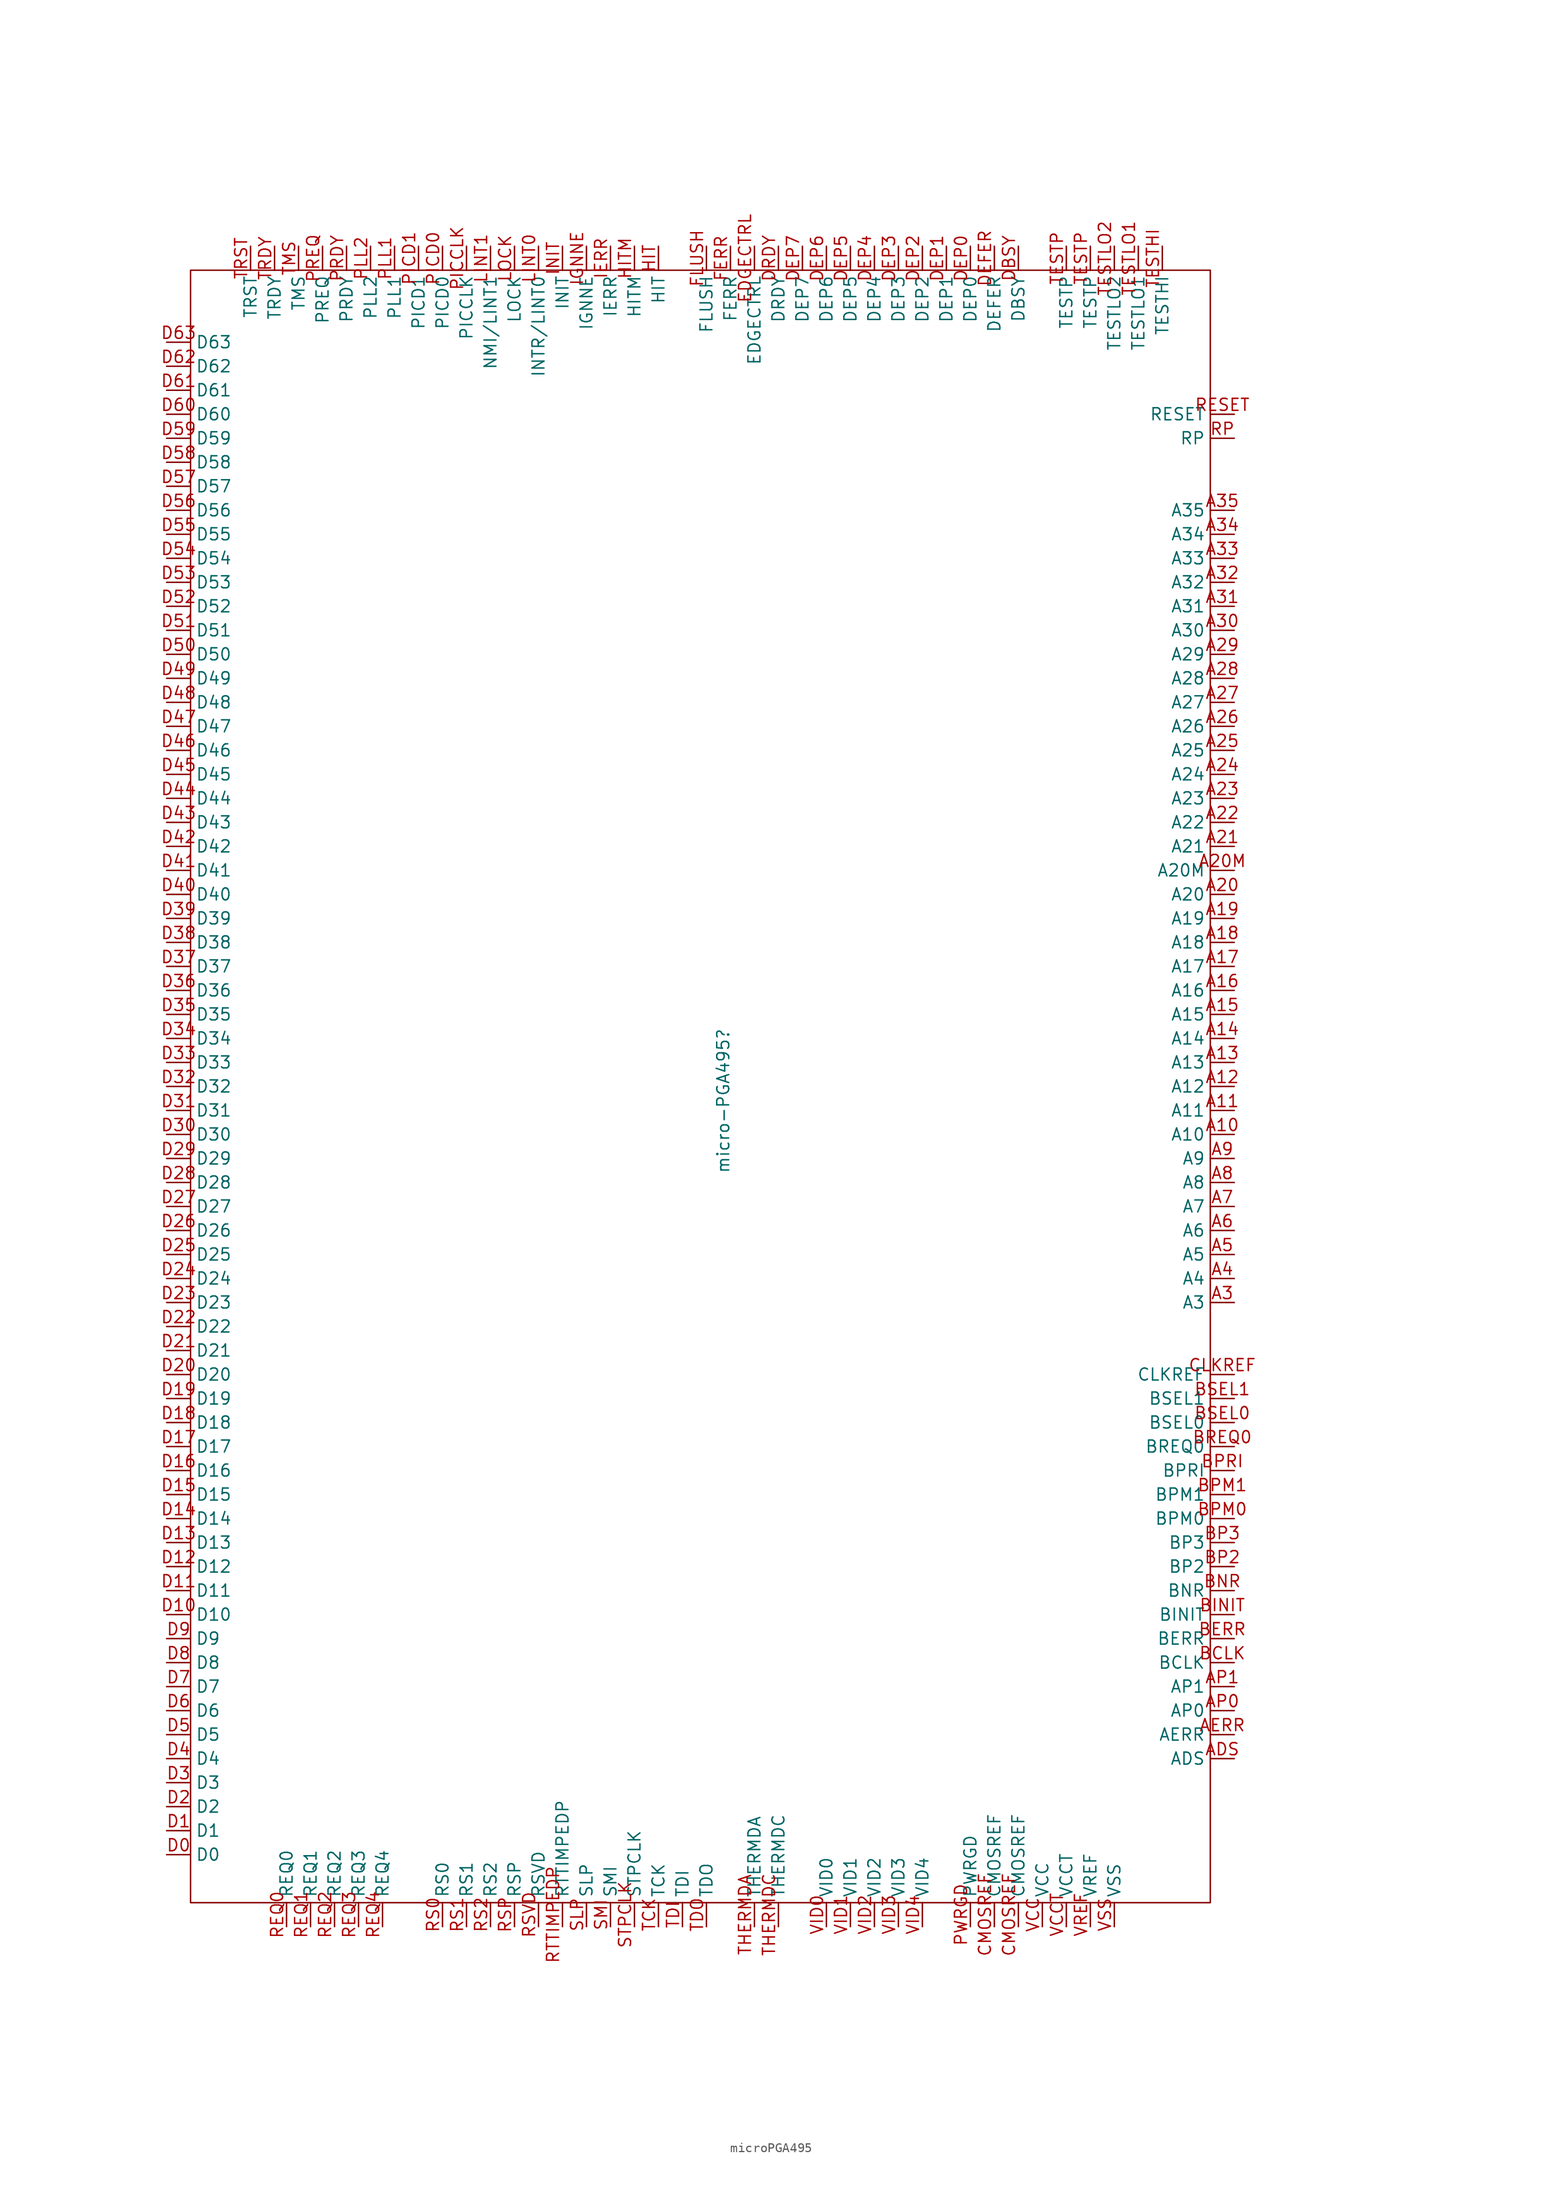
<source format=kicad_sym>
(kicad_symbol_lib
  (version 20231120)
  (generator "kicad_symbol_editor")
  (generator_version "8.0")
  (symbol "microPGA495"
    (property "Reference" "micro-PGA495"
      (at -24.892 13.716 90)
      (effects (font (size 1.27 1.27))))
    (property "Value" ""
      (at 44.704 10.16 0)
      (effects (font (size 1.27 1.27))))
    (symbol "microPGA495_0_1"
      (rectangle (start -81.28 101.6) (end 26.67 -71.12) (stroke (width 0) (type default)) (fill (type none))))
    (symbol "microPGA495_1_0"
      (pin input line (at 1.27 104.14 270) (length 2.54) (name "DEP0" (effects (font (size 1.27 1.27)))) (number "DEP0" (effects (font (size 1.27 1.27))))))
    (symbol "microPGA495_1_1"
      (pin input line (at 29.21 10.16 180) (length 2.54) (name "A10" (effects (font (size 1.27 1.27)))) (number "A10" (effects (font (size 1.27 1.27)))))
      (pin input line (at 29.21 12.7 180) (length 2.54) (name "A11" (effects (font (size 1.27 1.27)))) (number "A11" (effects (font (size 1.27 1.27)))))
      (pin input line (at 29.21 15.24 180) (length 2.54) (name "A12" (effects (font (size 1.27 1.27)))) (number "A12" (effects (font (size 1.27 1.27)))))
      (pin input line (at 29.21 17.78 180) (length 2.54) (name "A13" (effects (font (size 1.27 1.27)))) (number "A13" (effects (font (size 1.27 1.27)))))
      (pin input line (at 29.21 20.32 180) (length 2.54) (name "A14" (effects (font (size 1.27 1.27)))) (number "A14" (effects (font (size 1.27 1.27)))))
      (pin input line (at 29.21 22.86 180) (length 2.54) (name "A15" (effects (font (size 1.27 1.27)))) (number "A15" (effects (font (size 1.27 1.27)))))
      (pin input line (at 29.21 25.4 180) (length 2.54) (name "A16" (effects (font (size 1.27 1.27)))) (number "A16" (effects (font (size 1.27 1.27)))))
      (pin input line (at 29.21 27.94 180) (length 2.54) (name "A17" (effects (font (size 1.27 1.27)))) (number "A17" (effects (font (size 1.27 1.27)))))
      (pin input line (at 29.21 30.48 180) (length 2.54) (name "A18" (effects (font (size 1.27 1.27)))) (number "A18" (effects (font (size 1.27 1.27)))))
      (pin input line (at 29.21 33.02 180) (length 2.54) (name "A19" (effects (font (size 1.27 1.27)))) (number "A19" (effects (font (size 1.27 1.27)))))
      (pin input line (at 29.21 35.56 180) (length 2.54) (name "A20" (effects (font (size 1.27 1.27)))) (number "A20" (effects (font (size 1.27 1.27)))))
      (pin input line (at 29.21 38.1 180) (length 2.54) (name "A20M" (effects (font (size 1.27 1.27)))) (number "A20M" (effects (font (size 1.27 1.27)))))
      (pin input line (at 29.21 40.64 180) (length 2.54) (name "A21" (effects (font (size 1.27 1.27)))) (number "A21" (effects (font (size 1.27 1.27)))))
      (pin input line (at 29.21 43.18 180) (length 2.54) (name "A22" (effects (font (size 1.27 1.27)))) (number "A22" (effects (font (size 1.27 1.27)))))
      (pin input line (at 29.21 45.72 180) (length 2.54) (name "A23" (effects (font (size 1.27 1.27)))) (number "A23" (effects (font (size 1.27 1.27)))))
      (pin input line (at 29.21 48.26 180) (length 2.54) (name "A24" (effects (font (size 1.27 1.27)))) (number "A24" (effects (font (size 1.27 1.27)))))
      (pin input line (at 29.21 50.8 180) (length 2.54) (name "A25" (effects (font (size 1.27 1.27)))) (number "A25" (effects (font (size 1.27 1.27)))))
      (pin input line (at 29.21 53.34 180) (length 2.54) (name "A26" (effects (font (size 1.27 1.27)))) (number "A26" (effects (font (size 1.27 1.27)))))
      (pin input line (at 29.21 55.88 180) (length 2.54) (name "A27" (effects (font (size 1.27 1.27)))) (number "A27" (effects (font (size 1.27 1.27)))))
      (pin input line (at 29.21 58.42 180) (length 2.54) (name "A28" (effects (font (size 1.27 1.27)))) (number "A28" (effects (font (size 1.27 1.27)))))
      (pin input line (at 29.21 60.96 180) (length 2.54) (name "A29" (effects (font (size 1.27 1.27)))) (number "A29" (effects (font (size 1.27 1.27)))))
      (pin input line (at 29.21 -7.62 180) (length 2.54) (name "A3" (effects (font (size 1.27 1.27)))) (number "A3" (effects (font (size 1.27 1.27)))))
      (pin input line (at 29.21 63.5 180) (length 2.54) (name "A30" (effects (font (size 1.27 1.27)))) (number "A30" (effects (font (size 1.27 1.27)))))
      (pin input line (at 29.21 66.04 180) (length 2.54) (name "A31" (effects (font (size 1.27 1.27)))) (number "A31" (effects (font (size 1.27 1.27)))))
      (pin input line (at 29.21 68.58 180) (length 2.54) (name "A32" (effects (font (size 1.27 1.27)))) (number "A32" (effects (font (size 1.27 1.27)))))
      (pin input line (at 29.21 71.12 180) (length 2.54) (name "A33" (effects (font (size 1.27 1.27)))) (number "A33" (effects (font (size 1.27 1.27)))))
      (pin input line (at 29.21 73.66 180) (length 2.54) (name "A34" (effects (font (size 1.27 1.27)))) (number "A34" (effects (font (size 1.27 1.27)))))
      (pin input line (at 29.21 76.2 180) (length 2.54) (name "A35" (effects (font (size 1.27 1.27)))) (number "A35" (effects (font (size 1.27 1.27)))))
      (pin input line (at 29.21 -5.08 180) (length 2.54) (name "A4" (effects (font (size 1.27 1.27)))) (number "A4" (effects (font (size 1.27 1.27)))))
      (pin input line (at 29.21 -2.54 180) (length 2.54) (name "A5" (effects (font (size 1.27 1.27)))) (number "A5" (effects (font (size 1.27 1.27)))))
      (pin input line (at 29.21 0 180) (length 2.54) (name "A6" (effects (font (size 1.27 1.27)))) (number "A6" (effects (font (size 1.27 1.27)))))
      (pin input line (at 29.21 2.54 180) (length 2.54) (name "A7" (effects (font (size 1.27 1.27)))) (number "A7" (effects (font (size 1.27 1.27)))))
      (pin input line (at 29.21 5.08 180) (length 2.54) (name "A8" (effects (font (size 1.27 1.27)))) (number "A8" (effects (font (size 1.27 1.27)))))
      (pin input line (at 29.21 7.62 180) (length 2.54) (name "A9" (effects (font (size 1.27 1.27)))) (number "A9" (effects (font (size 1.27 1.27)))))
      (pin input line (at 29.21 -55.88 180) (length 2.54) (name "ADS" (effects (font (size 1.27 1.27)))) (number "ADS" (effects (font (size 1.27 1.27)))))
      (pin input line (at 29.21 -53.34 180) (length 2.54) (name "AERR" (effects (font (size 1.27 1.27)))) (number "AERR" (effects (font (size 1.27 1.27)))))
      (pin input line (at 29.21 -50.8 180) (length 2.54) (name "AP0" (effects (font (size 1.27 1.27)))) (number "AP0" (effects (font (size 1.27 1.27)))))
      (pin input line (at 29.21 -48.26 180) (length 2.54) (name "AP1" (effects (font (size 1.27 1.27)))) (number "AP1" (effects (font (size 1.27 1.27)))))
      (pin input line (at 29.21 -45.72 180) (length 2.54) (name "BCLK" (effects (font (size 1.27 1.27)))) (number "BCLK" (effects (font (size 1.27 1.27)))))
      (pin input line (at 29.21 -43.18 180) (length 2.54) (name "BERR" (effects (font (size 1.27 1.27)))) (number "BERR" (effects (font (size 1.27 1.27)))))
      (pin input line (at 29.21 -40.64 180) (length 2.54) (name "BINIT" (effects (font (size 1.27 1.27)))) (number "BINIT" (effects (font (size 1.27 1.27)))))
      (pin input line (at 29.21 -38.1 180) (length 2.54) (name "BNR" (effects (font (size 1.27 1.27)))) (number "BNR" (effects (font (size 1.27 1.27)))))
      (pin input line (at 29.21 -35.56 180) (length 2.54) (name "BP2" (effects (font (size 1.27 1.27)))) (number "BP2" (effects (font (size 1.27 1.27)))))
      (pin input line (at 29.21 -33.02 180) (length 2.54) (name "BP3" (effects (font (size 1.27 1.27)))) (number "BP3" (effects (font (size 1.27 1.27)))))
      (pin input line (at 29.21 -30.48 180) (length 2.54) (name "BPM0" (effects (font (size 1.27 1.27)))) (number "BPM0" (effects (font (size 1.27 1.27)))))
      (pin input line (at 29.21 -27.94 180) (length 2.54) (name "BPM1" (effects (font (size 1.27 1.27)))) (number "BPM1" (effects (font (size 1.27 1.27)))))
      (pin input line (at 29.21 -25.4 180) (length 2.54) (name "BPRI" (effects (font (size 1.27 1.27)))) (number "BPRI" (effects (font (size 1.27 1.27)))))
      (pin input line (at 29.21 -22.86 180) (length 2.54) (name "BREQ0" (effects (font (size 1.27 1.27)))) (number "BREQ0" (effects (font (size 1.27 1.27)))))
      (pin input line (at 29.21 -20.32 180) (length 2.54) (name "BSEL0" (effects (font (size 1.27 1.27)))) (number "BSEL0" (effects (font (size 1.27 1.27)))))
      (pin input line (at 29.21 -17.78 180) (length 2.54) (name "BSEL1" (effects (font (size 1.27 1.27)))) (number "BSEL1" (effects (font (size 1.27 1.27)))))
      (pin input line (at 29.21 -15.24 180) (length 2.54) (name "CLKREF" (effects (font (size 1.27 1.27)))) (number "CLKREF" (effects (font (size 1.27 1.27)))))
      (pin input line (at 3.81 -73.66 90) (length 2.54) (name "CMOSREF" (effects (font (size 1.27 1.27)))) (number "CMOSREF" (effects (font (size 1.27 1.27)))))
      (pin input line (at 6.35 -73.66 90) (length 2.54) (name "CMOSREF" (effects (font (size 1.27 1.27)))) (number "CMOSREF" (effects (font (size 1.27 1.27)))))
      (pin input line (at -83.82 -66.04 0) (length 2.54) (name "D0" (effects (font (size 1.27 1.27)))) (number "D0" (effects (font (size 1.27 1.27)))))
      (pin input line (at -83.82 -63.5 0) (length 2.54) (name "D1" (effects (font (size 1.27 1.27)))) (number "D1" (effects (font (size 1.27 1.27)))))
      (pin input line (at -83.82 -40.64 0) (length 2.54) (name "D10" (effects (font (size 1.27 1.27)))) (number "D10" (effects (font (size 1.27 1.27)))))
      (pin input line (at -83.82 -38.1 0) (length 2.54) (name "D11" (effects (font (size 1.27 1.27)))) (number "D11" (effects (font (size 1.27 1.27)))))
      (pin input line (at -83.82 -35.56 0) (length 2.54) (name "D12" (effects (font (size 1.27 1.27)))) (number "D12" (effects (font (size 1.27 1.27)))))
      (pin input line (at -83.82 -33.02 0) (length 2.54) (name "D13" (effects (font (size 1.27 1.27)))) (number "D13" (effects (font (size 1.27 1.27)))))
      (pin input line (at -83.82 -30.48 0) (length 2.54) (name "D14" (effects (font (size 1.27 1.27)))) (number "D14" (effects (font (size 1.27 1.27)))))
      (pin input line (at -83.82 -27.94 0) (length 2.54) (name "D15" (effects (font (size 1.27 1.27)))) (number "D15" (effects (font (size 1.27 1.27)))))
      (pin input line (at -83.82 -25.4 0) (length 2.54) (name "D16" (effects (font (size 1.27 1.27)))) (number "D16" (effects (font (size 1.27 1.27)))))
      (pin input line (at -83.82 -22.86 0) (length 2.54) (name "D17" (effects (font (size 1.27 1.27)))) (number "D17" (effects (font (size 1.27 1.27)))))
      (pin input line (at -83.82 -20.32 0) (length 2.54) (name "D18" (effects (font (size 1.27 1.27)))) (number "D18" (effects (font (size 1.27 1.27)))))
      (pin input line (at -83.82 -17.78 0) (length 2.54) (name "D19" (effects (font (size 1.27 1.27)))) (number "D19" (effects (font (size 1.27 1.27)))))
      (pin input line (at -83.82 -60.96 0) (length 2.54) (name "D2" (effects (font (size 1.27 1.27)))) (number "D2" (effects (font (size 1.27 1.27)))))
      (pin input line (at -83.82 -15.24 0) (length 2.54) (name "D20" (effects (font (size 1.27 1.27)))) (number "D20" (effects (font (size 1.27 1.27)))))
      (pin input line (at -83.82 -12.7 0) (length 2.54) (name "D21" (effects (font (size 1.27 1.27)))) (number "D21" (effects (font (size 1.27 1.27)))))
      (pin input line (at -83.82 -10.16 0) (length 2.54) (name "D22" (effects (font (size 1.27 1.27)))) (number "D22" (effects (font (size 1.27 1.27)))))
      (pin input line (at -83.82 -7.62 0) (length 2.54) (name "D23" (effects (font (size 1.27 1.27)))) (number "D23" (effects (font (size 1.27 1.27)))))
      (pin input line (at -83.82 -5.08 0) (length 2.54) (name "D24" (effects (font (size 1.27 1.27)))) (number "D24" (effects (font (size 1.27 1.27)))))
      (pin input line (at -83.82 -2.54 0) (length 2.54) (name "D25" (effects (font (size 1.27 1.27)))) (number "D25" (effects (font (size 1.27 1.27)))))
      (pin input line (at -83.82 0 0) (length 2.54) (name "D26" (effects (font (size 1.27 1.27)))) (number "D26" (effects (font (size 1.27 1.27)))))
      (pin input line (at -83.82 2.54 0) (length 2.54) (name "D27" (effects (font (size 1.27 1.27)))) (number "D27" (effects (font (size 1.27 1.27)))))
      (pin input line (at -83.82 5.08 0) (length 2.54) (name "D28" (effects (font (size 1.27 1.27)))) (number "D28" (effects (font (size 1.27 1.27)))))
      (pin input line (at -83.82 7.62 0) (length 2.54) (name "D29" (effects (font (size 1.27 1.27)))) (number "D29" (effects (font (size 1.27 1.27)))))
      (pin input line (at -83.82 -58.42 0) (length 2.54) (name "D3" (effects (font (size 1.27 1.27)))) (number "D3" (effects (font (size 1.27 1.27)))))
      (pin input line (at -83.82 10.16 0) (length 2.54) (name "D30" (effects (font (size 1.27 1.27)))) (number "D30" (effects (font (size 1.27 1.27)))))
      (pin input line (at -83.82 12.7 0) (length 2.54) (name "D31" (effects (font (size 1.27 1.27)))) (number "D31" (effects (font (size 1.27 1.27)))))
      (pin input line (at -83.82 15.24 0) (length 2.54) (name "D32" (effects (font (size 1.27 1.27)))) (number "D32" (effects (font (size 1.27 1.27)))))
      (pin input line (at -83.82 17.78 0) (length 2.54) (name "D33" (effects (font (size 1.27 1.27)))) (number "D33" (effects (font (size 1.27 1.27)))))
      (pin input line (at -83.82 20.32 0) (length 2.54) (name "D34" (effects (font (size 1.27 1.27)))) (number "D34" (effects (font (size 1.27 1.27)))))
      (pin input line (at -83.82 22.86 0) (length 2.54) (name "D35" (effects (font (size 1.27 1.27)))) (number "D35" (effects (font (size 1.27 1.27)))))
      (pin input line (at -83.82 25.4 0) (length 2.54) (name "D36" (effects (font (size 1.27 1.27)))) (number "D36" (effects (font (size 1.27 1.27)))))
      (pin input line (at -83.82 27.94 0) (length 2.54) (name "D37" (effects (font (size 1.27 1.27)))) (number "D37" (effects (font (size 1.27 1.27)))))
      (pin input line (at -83.82 30.48 0) (length 2.54) (name "D38" (effects (font (size 1.27 1.27)))) (number "D38" (effects (font (size 1.27 1.27)))))
      (pin input line (at -83.82 33.02 0) (length 2.54) (name "D39" (effects (font (size 1.27 1.27)))) (number "D39" (effects (font (size 1.27 1.27)))))
      (pin input line (at -83.82 -55.88 0) (length 2.54) (name "D4" (effects (font (size 1.27 1.27)))) (number "D4" (effects (font (size 1.27 1.27)))))
      (pin input line (at -83.82 35.56 0) (length 2.54) (name "D40" (effects (font (size 1.27 1.27)))) (number "D40" (effects (font (size 1.27 1.27)))))
      (pin input line (at -83.82 38.1 0) (length 2.54) (name "D41" (effects (font (size 1.27 1.27)))) (number "D41" (effects (font (size 1.27 1.27)))))
      (pin input line (at -83.82 40.64 0) (length 2.54) (name "D42" (effects (font (size 1.27 1.27)))) (number "D42" (effects (font (size 1.27 1.27)))))
      (pin input line (at -83.82 43.18 0) (length 2.54) (name "D43" (effects (font (size 1.27 1.27)))) (number "D43" (effects (font (size 1.27 1.27)))))
      (pin input line (at -83.82 45.72 0) (length 2.54) (name "D44" (effects (font (size 1.27 1.27)))) (number "D44" (effects (font (size 1.27 1.27)))))
      (pin input line (at -83.82 48.26 0) (length 2.54) (name "D45" (effects (font (size 1.27 1.27)))) (number "D45" (effects (font (size 1.27 1.27)))))
      (pin input line (at -83.82 50.8 0) (length 2.54) (name "D46" (effects (font (size 1.27 1.27)))) (number "D46" (effects (font (size 1.27 1.27)))))
      (pin input line (at -83.82 53.34 0) (length 2.54) (name "D47" (effects (font (size 1.27 1.27)))) (number "D47" (effects (font (size 1.27 1.27)))))
      (pin input line (at -83.82 55.88 0) (length 2.54) (name "D48" (effects (font (size 1.27 1.27)))) (number "D48" (effects (font (size 1.27 1.27)))))
      (pin input line (at -83.82 58.42 0) (length 2.54) (name "D49" (effects (font (size 1.27 1.27)))) (number "D49" (effects (font (size 1.27 1.27)))))
      (pin input line (at -83.82 -53.34 0) (length 2.54) (name "D5" (effects (font (size 1.27 1.27)))) (number "D5" (effects (font (size 1.27 1.27)))))
      (pin input line (at -83.82 60.96 0) (length 2.54) (name "D50" (effects (font (size 1.27 1.27)))) (number "D50" (effects (font (size 1.27 1.27)))))
      (pin input line (at -83.82 63.5 0) (length 2.54) (name "D51" (effects (font (size 1.27 1.27)))) (number "D51" (effects (font (size 1.27 1.27)))))
      (pin input line (at -83.82 66.04 0) (length 2.54) (name "D52" (effects (font (size 1.27 1.27)))) (number "D52" (effects (font (size 1.27 1.27)))))
      (pin input line (at -83.82 68.58 0) (length 2.54) (name "D53" (effects (font (size 1.27 1.27)))) (number "D53" (effects (font (size 1.27 1.27)))))
      (pin input line (at -83.82 71.12 0) (length 2.54) (name "D54" (effects (font (size 1.27 1.27)))) (number "D54" (effects (font (size 1.27 1.27)))))
      (pin input line (at -83.82 73.66 0) (length 2.54) (name "D55" (effects (font (size 1.27 1.27)))) (number "D55" (effects (font (size 1.27 1.27)))))
      (pin input line (at -83.82 76.2 0) (length 2.54) (name "D56" (effects (font (size 1.27 1.27)))) (number "D56" (effects (font (size 1.27 1.27)))))
      (pin input line (at -83.82 78.74 0) (length 2.54) (name "D57" (effects (font (size 1.27 1.27)))) (number "D57" (effects (font (size 1.27 1.27)))))
      (pin input line (at -83.82 81.28 0) (length 2.54) (name "D58" (effects (font (size 1.27 1.27)))) (number "D58" (effects (font (size 1.27 1.27)))))
      (pin input line (at -83.82 83.82 0) (length 2.54) (name "D59" (effects (font (size 1.27 1.27)))) (number "D59" (effects (font (size 1.27 1.27)))))
      (pin input line (at -83.82 -50.8 0) (length 2.54) (name "D6" (effects (font (size 1.27 1.27)))) (number "D6" (effects (font (size 1.27 1.27)))))
      (pin input line (at -83.82 86.36 0) (length 2.54) (name "D60" (effects (font (size 1.27 1.27)))) (number "D60" (effects (font (size 1.27 1.27)))))
      (pin input line (at -83.82 88.9 0) (length 2.54) (name "D61" (effects (font (size 1.27 1.27)))) (number "D61" (effects (font (size 1.27 1.27)))))
      (pin input line (at -83.82 91.44 0) (length 2.54) (name "D62" (effects (font (size 1.27 1.27)))) (number "D62" (effects (font (size 1.27 1.27)))))
      (pin input line (at -83.82 93.98 0) (length 2.54) (name "D63" (effects (font (size 1.27 1.27)))) (number "D63" (effects (font (size 1.27 1.27)))))
      (pin input line (at -83.82 -48.26 0) (length 2.54) (name "D7" (effects (font (size 1.27 1.27)))) (number "D7" (effects (font (size 1.27 1.27)))))
      (pin input line (at -83.82 -45.72 0) (length 2.54) (name "D8" (effects (font (size 1.27 1.27)))) (number "D8" (effects (font (size 1.27 1.27)))))
      (pin input line (at -83.82 -43.18 0) (length 2.54) (name "D9" (effects (font (size 1.27 1.27)))) (number "D9" (effects (font (size 1.27 1.27)))))
      (pin input line (at 6.35 104.14 270) (length 2.54) (name "DBSY" (effects (font (size 1.27 1.27)))) (number "DBSY" (effects (font (size 1.27 1.27)))))
      (pin input line (at 3.81 104.14 270) (length 2.54) (name "DEFER" (effects (font (size 1.27 1.27)))) (number "DEFER" (effects (font (size 1.27 1.27)))))
      (pin input line (at -1.27 104.14 270) (length 2.54) (name "DEP1" (effects (font (size 1.27 1.27)))) (number "DEP1" (effects (font (size 1.27 1.27)))))
      (pin input line (at -3.81 104.14 270) (length 2.54) (name "DEP2" (effects (font (size 1.27 1.27)))) (number "DEP2" (effects (font (size 1.27 1.27)))))
      (pin input line (at -6.35 104.14 270) (length 2.54) (name "DEP3" (effects (font (size 1.27 1.27)))) (number "DEP3" (effects (font (size 1.27 1.27)))))
      (pin input line (at -8.89 104.14 270) (length 2.54) (name "DEP4" (effects (font (size 1.27 1.27)))) (number "DEP4" (effects (font (size 1.27 1.27)))))
      (pin input line (at -11.43 104.14 270) (length 2.54) (name "DEP5" (effects (font (size 1.27 1.27)))) (number "DEP5" (effects (font (size 1.27 1.27)))))
      (pin input line (at -13.97 104.14 270) (length 2.54) (name "DEP6" (effects (font (size 1.27 1.27)))) (number "DEP6" (effects (font (size 1.27 1.27)))))
      (pin input line (at -16.51 104.14 270) (length 2.54) (name "DEP7" (effects (font (size 1.27 1.27)))) (number "DEP7" (effects (font (size 1.27 1.27)))))
      (pin input line (at -19.05 104.14 270) (length 2.54) (name "DRDY" (effects (font (size 1.27 1.27)))) (number "DRDY" (effects (font (size 1.27 1.27)))))
      (pin input line (at -21.59 104.14 270) (length 2.54) (name "EDGECTRL" (effects (font (size 1.27 1.27)))) (number "EDGECTRL" (effects (font (size 1.27 1.27)))))
      (pin input line (at -24.13 104.14 270) (length 2.54) (name "FERR" (effects (font (size 1.27 1.27)))) (number "FERR" (effects (font (size 1.27 1.27)))))
      (pin input line (at -26.67 104.14 270) (length 2.54) (name "FLUSH" (effects (font (size 1.27 1.27)))) (number "FLUSH" (effects (font (size 1.27 1.27)))))
      (pin input line (at -31.75 104.14 270) (length 2.54) (name "HIT" (effects (font (size 1.27 1.27)))) (number "HIT" (effects (font (size 1.27 1.27)))))
      (pin input line (at -34.29 104.14 270) (length 2.54) (name "HITM" (effects (font (size 1.27 1.27)))) (number "HITM" (effects (font (size 1.27 1.27)))))
      (pin input line (at -36.83 104.14 270) (length 2.54) (name "IERR" (effects (font (size 1.27 1.27)))) (number "IERR" (effects (font (size 1.27 1.27)))))
      (pin input line (at -39.37 104.14 270) (length 2.54) (name "IGNNE" (effects (font (size 1.27 1.27)))) (number "IGNNE" (effects (font (size 1.27 1.27)))))
      (pin input line (at -41.91 104.14 270) (length 2.54) (name "INIT" (effects (font (size 1.27 1.27)))) (number "INIT" (effects (font (size 1.27 1.27)))))
      (pin input line (at -44.45 104.14 270) (length 2.54) (name "INTR/LINT0" (effects (font (size 1.27 1.27)))) (number "LINT0" (effects (font (size 1.27 1.27)))))
      (pin input line (at -49.53 104.14 270) (length 2.54) (name "NMI/LINT1" (effects (font (size 1.27 1.27)))) (number "LINT1" (effects (font (size 1.27 1.27)))))
      (pin input line (at -46.99 104.14 270) (length 2.54) (name "LOCK" (effects (font (size 1.27 1.27)))) (number "LOCK" (effects (font (size 1.27 1.27)))))
      (pin input line (at -52.07 104.14 270) (length 2.54) (name "PICCLK" (effects (font (size 1.27 1.27)))) (number "PICCLK" (effects (font (size 1.27 1.27)))))
      (pin input line (at -54.61 104.14 270) (length 2.54) (name "PICD0" (effects (font (size 1.27 1.27)))) (number "PICD0" (effects (font (size 1.27 1.27)))))
      (pin input line (at -57.15 104.14 270) (length 2.54) (name "PICD1" (effects (font (size 1.27 1.27)))) (number "PICD1" (effects (font (size 1.27 1.27)))))
      (pin input line (at -59.69 104.14 270) (length 2.54) (name "PLL1" (effects (font (size 1.27 1.27)))) (number "PLL1" (effects (font (size 1.27 1.27)))))
      (pin input line (at -62.23 104.14 270) (length 2.54) (name "PLL2" (effects (font (size 1.27 1.27)))) (number "PLL2" (effects (font (size 1.27 1.27)))))
      (pin input line (at -64.77 104.14 270) (length 2.54) (name "PRDY" (effects (font (size 1.27 1.27)))) (number "PRDY" (effects (font (size 1.27 1.27)))))
      (pin input line (at -67.31 104.14 270) (length 2.54) (name "PREQ" (effects (font (size 1.27 1.27)))) (number "PREQ" (effects (font (size 1.27 1.27)))))
      (pin input line (at 1.27 -73.66 90) (length 2.54) (name "PWRGD" (effects (font (size 1.27 1.27)))) (number "PWRGD" (effects (font (size 1.27 1.27)))))
      (pin input line (at -71.12 -73.66 90) (length 2.54) (name "REQ0" (effects (font (size 1.27 1.27)))) (number "REQ0" (effects (font (size 1.27 1.27)))))
      (pin input line (at -68.58 -73.66 90) (length 2.54) (name "REQ1" (effects (font (size 1.27 1.27)))) (number "REQ1" (effects (font (size 1.27 1.27)))))
      (pin input line (at -66.04 -73.66 90) (length 2.54) (name "REQ2" (effects (font (size 1.27 1.27)))) (number "REQ2" (effects (font (size 1.27 1.27)))))
      (pin input line (at -63.5 -73.66 90) (length 2.54) (name "REQ3" (effects (font (size 1.27 1.27)))) (number "REQ3" (effects (font (size 1.27 1.27)))))
      (pin input line (at -60.96 -73.66 90) (length 2.54) (name "REQ4" (effects (font (size 1.27 1.27)))) (number "REQ4" (effects (font (size 1.27 1.27)))))
      (pin input line (at 29.21 86.36 180) (length 2.54) (name "RESET" (effects (font (size 1.27 1.27)))) (number "RESET" (effects (font (size 1.27 1.27)))))
      (pin input line (at 29.21 83.82 180) (length 2.54) (name "RP" (effects (font (size 1.27 1.27)))) (number "RP" (effects (font (size 1.27 1.27)))))
      (pin input line (at -54.61 -73.66 90) (length 2.54) (name "RS0" (effects (font (size 1.27 1.27)))) (number "RS0" (effects (font (size 1.27 1.27)))))
      (pin input line (at -52.07 -73.66 90) (length 2.54) (name "RS1" (effects (font (size 1.27 1.27)))) (number "RS1" (effects (font (size 1.27 1.27)))))
      (pin input line (at -49.53 -73.66 90) (length 2.54) (name "RS2" (effects (font (size 1.27 1.27)))) (number "RS2" (effects (font (size 1.27 1.27)))))
      (pin input line (at -46.99 -73.66 90) (length 2.54) (name "RSP" (effects (font (size 1.27 1.27)))) (number "RSP" (effects (font (size 1.27 1.27)))))
      (pin input line (at -44.45 -73.66 90) (length 2.54) (name "RSVD" (effects (font (size 1.27 1.27)))) (number "RSVD" (effects (font (size 1.27 1.27)))))
      (pin input line (at -41.91 -73.66 90) (length 2.54) (name "RTTIMPEDP" (effects (font (size 1.27 1.27)))) (number "RTTIMPEDP" (effects (font (size 1.27 1.27)))))
      (pin input line (at -39.37 -73.66 90) (length 2.54) (name "SLP" (effects (font (size 1.27 1.27)))) (number "SLP" (effects (font (size 1.27 1.27)))))
      (pin input line (at -36.83 -73.66 90) (length 2.54) (name "SMI" (effects (font (size 1.27 1.27)))) (number "SMI" (effects (font (size 1.27 1.27)))))
      (pin input line (at -34.29 -73.66 90) (length 2.54) (name "STPCLK" (effects (font (size 1.27 1.27)))) (number "STPCLK" (effects (font (size 1.27 1.27)))))
      (pin input line (at -31.75 -73.66 90) (length 2.54) (name "TCK" (effects (font (size 1.27 1.27)))) (number "TCK" (effects (font (size 1.27 1.27)))))
      (pin input line (at -29.21 -73.66 90) (length 2.54) (name "TDI" (effects (font (size 1.27 1.27)))) (number "TDI" (effects (font (size 1.27 1.27)))))
      (pin input line (at -26.67 -73.66 90) (length 2.54) (name "TDO" (effects (font (size 1.27 1.27)))) (number "TDO" (effects (font (size 1.27 1.27)))))
      (pin input line (at 21.59 104.14 270) (length 2.54) (name "TESTHI" (effects (font (size 1.27 1.27)))) (number "TESTHI" (effects (font (size 1.27 1.27)))))
      (pin input line (at 19.05 104.14 270) (length 2.54) (name "TESTLO1" (effects (font (size 1.27 1.27)))) (number "TESTLO1" (effects (font (size 1.27 1.27)))))
      (pin input line (at 16.51 104.14 270) (length 2.54) (name "TESTLO2" (effects (font (size 1.27 1.27)))) (number "TESTLO2" (effects (font (size 1.27 1.27)))))
      (pin input line (at 11.43 104.14 270) (length 2.54) (name "TESTP" (effects (font (size 1.27 1.27)))) (number "TESTP" (effects (font (size 1.27 1.27)))))
      (pin input line (at 13.97 104.14 270) (length 2.54) (name "TESTP" (effects (font (size 1.27 1.27)))) (number "TESTP" (effects (font (size 1.27 1.27)))))
      (pin input line (at -21.59 -73.66 90) (length 2.54) (name "THERMDA" (effects (font (size 1.27 1.27)))) (number "THERMDA" (effects (font (size 1.27 1.27)))))
      (pin input line (at -19.05 -73.66 90) (length 2.54) (name "THERMDC" (effects (font (size 1.27 1.27)))) (number "THERMDC" (effects (font (size 1.27 1.27)))))
      (pin input line (at -69.85 104.14 270) (length 2.54) (name "TMS" (effects (font (size 1.27 1.27)))) (number "TMS" (effects (font (size 1.27 1.27)))))
      (pin input line (at -72.39 104.14 270) (length 2.54) (name "TRDY" (effects (font (size 1.27 1.27)))) (number "TRDY" (effects (font (size 1.27 1.27)))))
      (pin input line (at -74.93 104.14 270) (length 2.54) (name "TRST" (effects (font (size 1.27 1.27)))) (number "TRST" (effects (font (size 1.27 1.27)))))
      (pin input line (at 8.89 -73.66 90) (length 2.54) (name "VCC" (effects (font (size 1.27 1.27)))) (number "VCC" (effects (font (size 1.27 1.27)))))
      (pin input line (at 11.43 -73.66 90) (length 2.54) (name "VCCT" (effects (font (size 1.27 1.27)))) (number "VCCT" (effects (font (size 1.27 1.27)))))
      (pin input line (at -13.97 -73.66 90) (length 2.54) (name "VID0" (effects (font (size 1.27 1.27)))) (number "VID0" (effects (font (size 1.27 1.27)))))
      (pin input line (at -11.43 -73.66 90) (length 2.54) (name "VID1" (effects (font (size 1.27 1.27)))) (number "VID1" (effects (font (size 1.27 1.27)))))
      (pin input line (at -8.89 -73.66 90) (length 2.54) (name "VID2" (effects (font (size 1.27 1.27)))) (number "VID2" (effects (font (size 1.27 1.27)))))
      (pin input line (at -6.35 -73.66 90) (length 2.54) (name "VID3" (effects (font (size 1.27 1.27)))) (number "VID3" (effects (font (size 1.27 1.27)))))
      (pin input line (at -3.81 -73.66 90) (length 2.54) (name "VID4" (effects (font (size 1.27 1.27)))) (number "VID4" (effects (font (size 1.27 1.27)))))
      (pin input line (at 13.97 -73.66 90) (length 2.54) (name "VREF" (effects (font (size 1.27 1.27)))) (number "VREF" (effects (font (size 1.27 1.27)))))
      (pin input line (at 16.51 -73.66 90) (length 2.54) (name "VSS" (effects (font (size 1.27 1.27)))) (number "VSS" (effects (font (size 1.27 1.27))))))))
</source>
